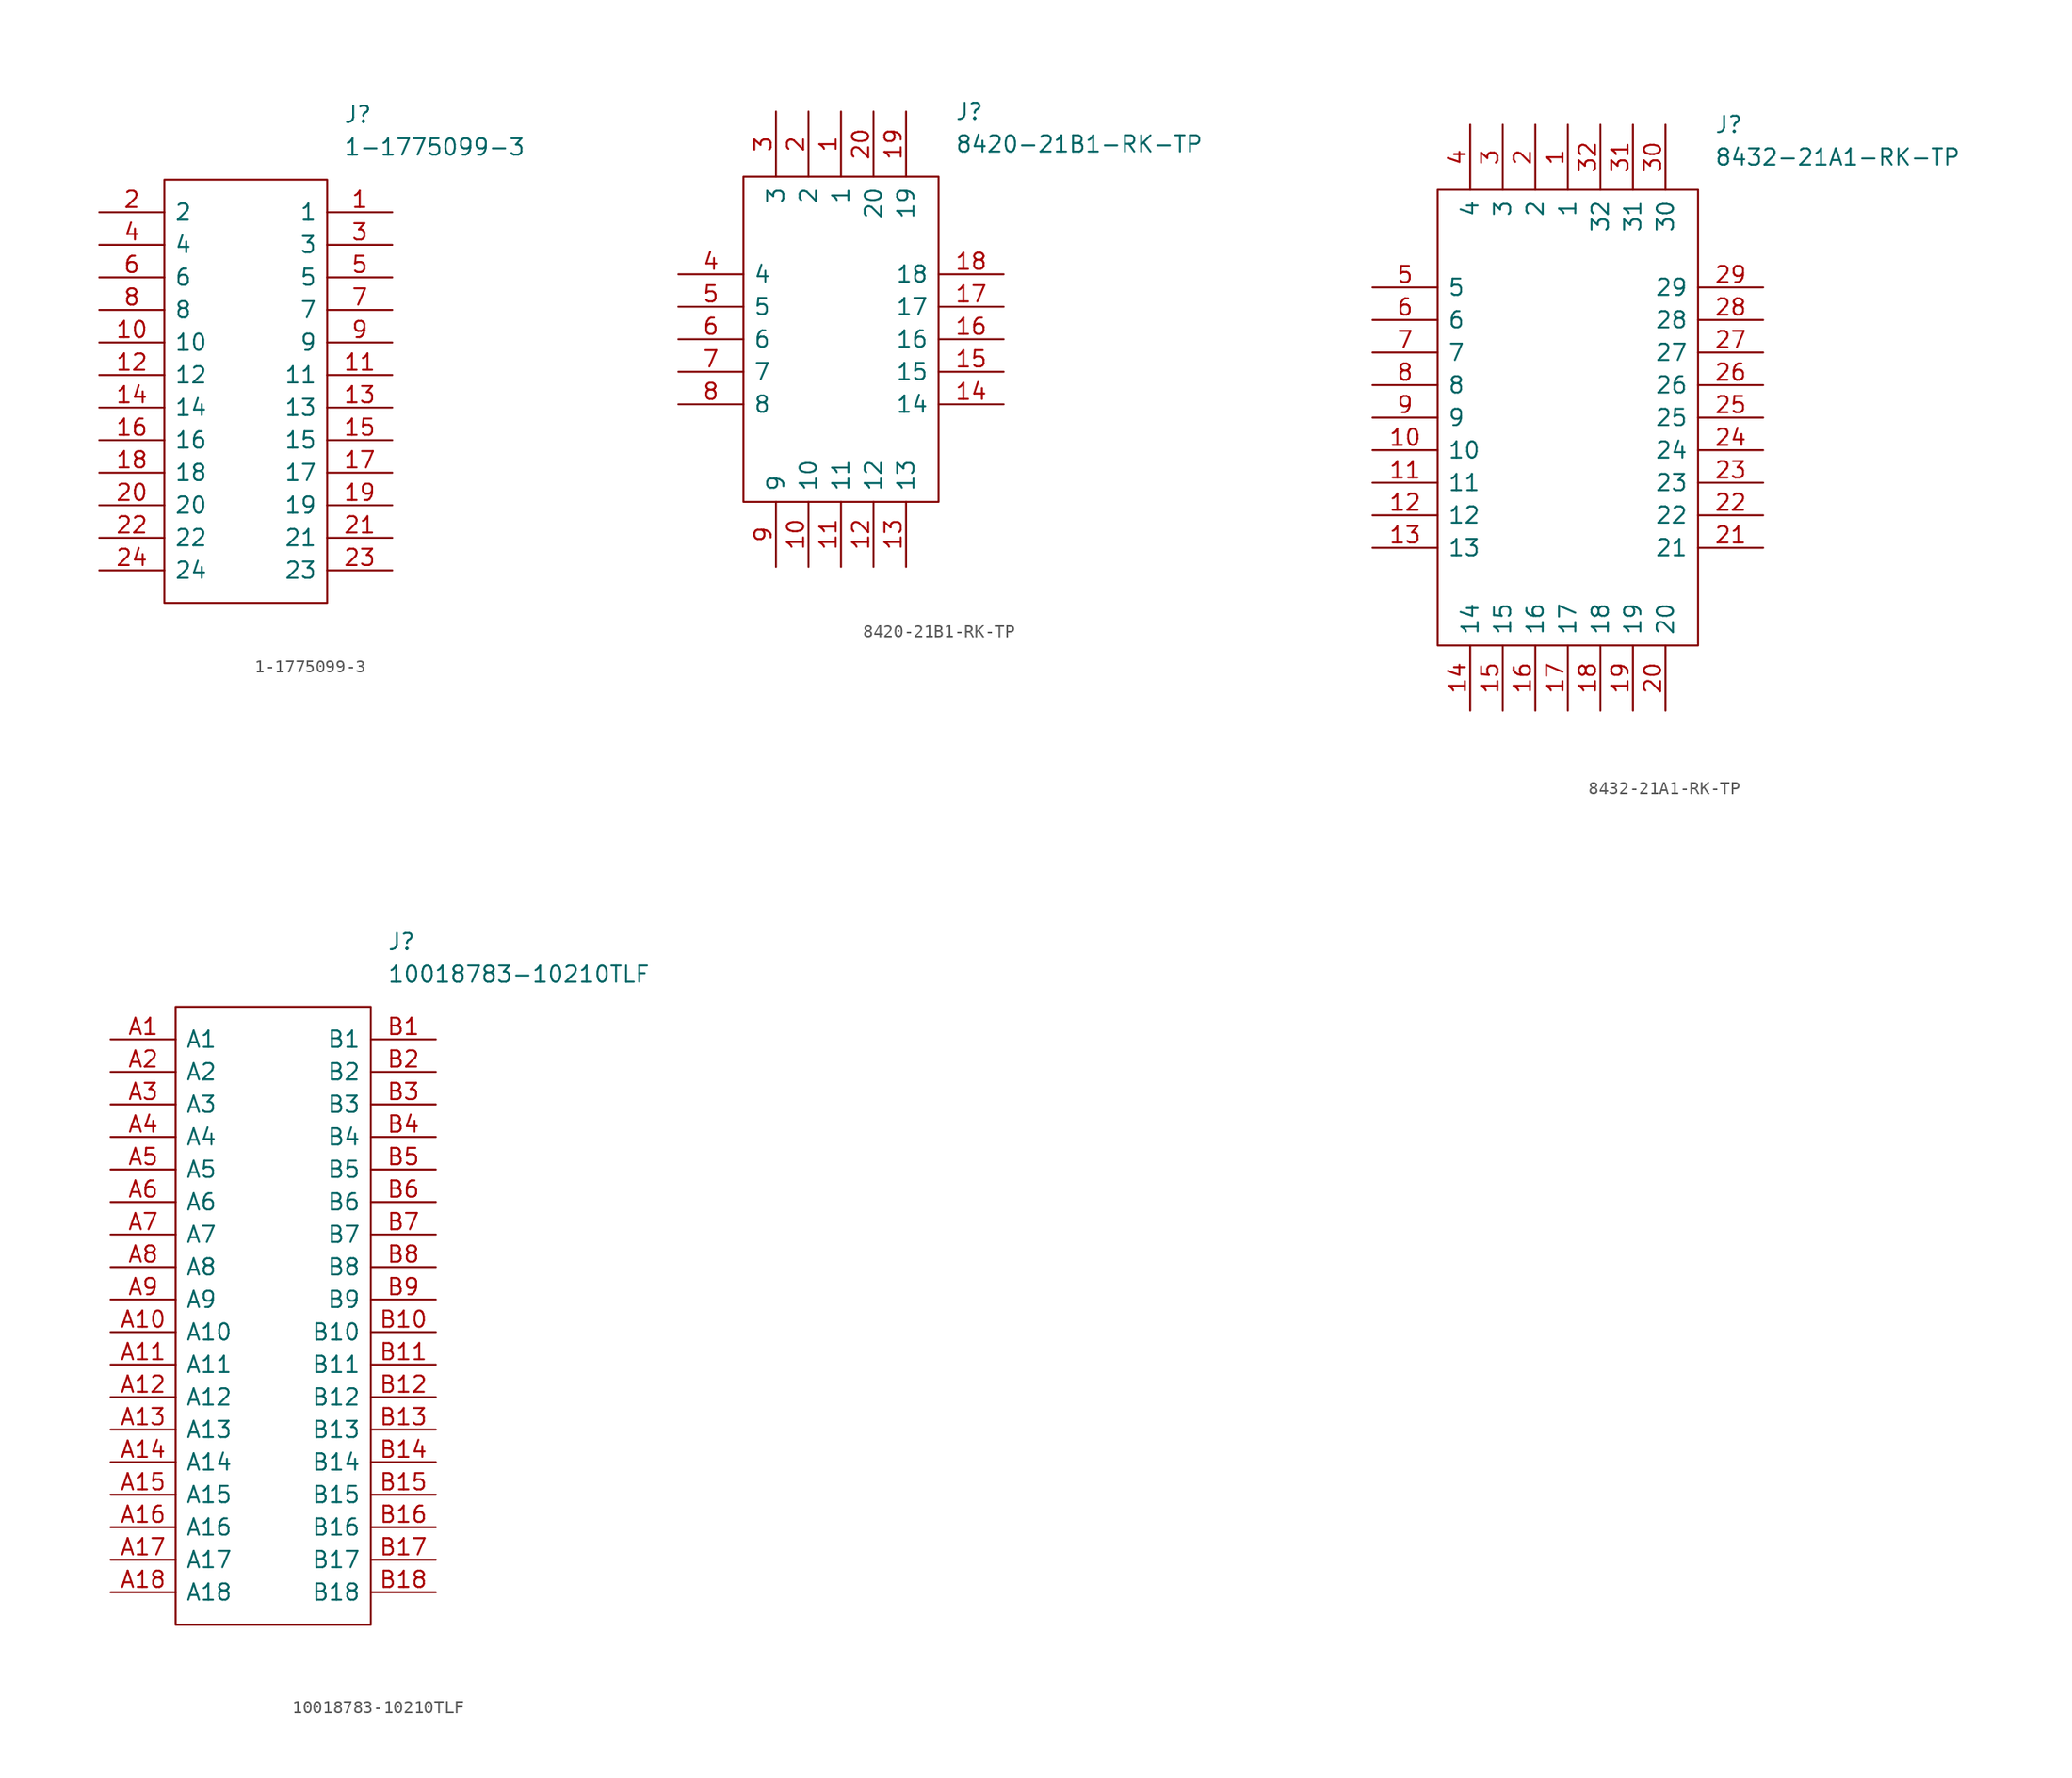
<source format=kicad_sym>
(kicad_symbol_lib
  (version 20211014)
  (generator kicad_symbol_editor)
  (symbol "1-1775099-3"
    (pin_names
      (offset 0.762))
    (property "Reference" "J"
      (at 19.05 7.62 0)
      (effects (font (size 1.27 1.27)) (justify left)))
    (property "Value" "1-1775099-3"
      (at 19.05 5.08 0)
      (effects (font (size 1.27 1.27)) (justify left)))
    (symbol "1-1775099-3_0_0"
      (pin passive line (at 22.86 0 180) (length 5.08) (name "1" (effects (font (size 1.27 1.27)))) (number "1" (effects (font (size 1.27 1.27)))))
      (pin passive line (at 0 -10.16 0) (length 5.08) (name "10" (effects (font (size 1.27 1.27)))) (number "10" (effects (font (size 1.27 1.27)))))
      (pin passive line (at 22.86 -12.7 180) (length 5.08) (name "11" (effects (font (size 1.27 1.27)))) (number "11" (effects (font (size 1.27 1.27)))))
      (pin passive line (at 0 -12.7 0) (length 5.08) (name "12" (effects (font (size 1.27 1.27)))) (number "12" (effects (font (size 1.27 1.27)))))
      (pin passive line (at 22.86 -15.24 180) (length 5.08) (name "13" (effects (font (size 1.27 1.27)))) (number "13" (effects (font (size 1.27 1.27)))))
      (pin passive line (at 0 -15.24 0) (length 5.08) (name "14" (effects (font (size 1.27 1.27)))) (number "14" (effects (font (size 1.27 1.27)))))
      (pin passive line (at 22.86 -17.78 180) (length 5.08) (name "15" (effects (font (size 1.27 1.27)))) (number "15" (effects (font (size 1.27 1.27)))))
      (pin passive line (at 0 -17.78 0) (length 5.08) (name "16" (effects (font (size 1.27 1.27)))) (number "16" (effects (font (size 1.27 1.27)))))
      (pin passive line (at 22.86 -20.32 180) (length 5.08) (name "17" (effects (font (size 1.27 1.27)))) (number "17" (effects (font (size 1.27 1.27)))))
      (pin passive line (at 0 -20.32 0) (length 5.08) (name "18" (effects (font (size 1.27 1.27)))) (number "18" (effects (font (size 1.27 1.27)))))
      (pin passive line (at 22.86 -22.86 180) (length 5.08) (name "19" (effects (font (size 1.27 1.27)))) (number "19" (effects (font (size 1.27 1.27)))))
      (pin passive line (at 0 0 0) (length 5.08) (name "2" (effects (font (size 1.27 1.27)))) (number "2" (effects (font (size 1.27 1.27)))))
      (pin passive line (at 0 -22.86 0) (length 5.08) (name "20" (effects (font (size 1.27 1.27)))) (number "20" (effects (font (size 1.27 1.27)))))
      (pin passive line (at 22.86 -25.4 180) (length 5.08) (name "21" (effects (font (size 1.27 1.27)))) (number "21" (effects (font (size 1.27 1.27)))))
      (pin passive line (at 0 -25.4 0) (length 5.08) (name "22" (effects (font (size 1.27 1.27)))) (number "22" (effects (font (size 1.27 1.27)))))
      (pin passive line (at 22.86 -27.94 180) (length 5.08) (name "23" (effects (font (size 1.27 1.27)))) (number "23" (effects (font (size 1.27 1.27)))))
      (pin passive line (at 0 -27.94 0) (length 5.08) (name "24" (effects (font (size 1.27 1.27)))) (number "24" (effects (font (size 1.27 1.27)))))
      (pin passive line (at 22.86 -2.54 180) (length 5.08) (name "3" (effects (font (size 1.27 1.27)))) (number "3" (effects (font (size 1.27 1.27)))))
      (pin passive line (at 0 -2.54 0) (length 5.08) (name "4" (effects (font (size 1.27 1.27)))) (number "4" (effects (font (size 1.27 1.27)))))
      (pin passive line (at 22.86 -5.08 180) (length 5.08) (name "5" (effects (font (size 1.27 1.27)))) (number "5" (effects (font (size 1.27 1.27)))))
      (pin passive line (at 0 -5.08 0) (length 5.08) (name "6" (effects (font (size 1.27 1.27)))) (number "6" (effects (font (size 1.27 1.27)))))
      (pin passive line (at 22.86 -7.62 180) (length 5.08) (name "7" (effects (font (size 1.27 1.27)))) (number "7" (effects (font (size 1.27 1.27)))))
      (pin passive line (at 0 -7.62 0) (length 5.08) (name "8" (effects (font (size 1.27 1.27)))) (number "8" (effects (font (size 1.27 1.27)))))
      (pin passive line (at 22.86 -10.16 180) (length 5.08) (name "9" (effects (font (size 1.27 1.27)))) (number "9" (effects (font (size 1.27 1.27))))))
    (symbol "1-1775099-3_0_1"
      (polyline (pts (xy 5.08 2.54) (xy 17.78 2.54) (xy 17.78 -30.48) (xy 5.08 -30.48) (xy 5.08 2.54)) (stroke (width 0.152) (type default) (color 0 0 0 0)) (fill (type none)))))
  (symbol "8420-21B1-RK-TP"
    (pin_names
      (offset 0.762))
    (property "Reference" "J"
      (at 21.59 12.7 0)
      (effects (font (size 1.27 1.27)) (justify left)))
    (property "Value" "8420-21B1-RK-TP"
      (at 21.59 10.16 0)
      (effects (font (size 1.27 1.27)) (justify left)))
    (symbol "8420-21B1-RK-TP_0_0"
      (pin passive line (at 12.7 12.7 270) (length 5.08) (name "1" (effects (font (size 1.27 1.27)))) (number "1" (effects (font (size 1.27 1.27)))))
      (pin passive line (at 10.16 -22.86 90) (length 5.08) (name "10" (effects (font (size 1.27 1.27)))) (number "10" (effects (font (size 1.27 1.27)))))
      (pin passive line (at 12.7 -22.86 90) (length 5.08) (name "11" (effects (font (size 1.27 1.27)))) (number "11" (effects (font (size 1.27 1.27)))))
      (pin passive line (at 15.24 -22.86 90) (length 5.08) (name "12" (effects (font (size 1.27 1.27)))) (number "12" (effects (font (size 1.27 1.27)))))
      (pin passive line (at 17.78 -22.86 90) (length 5.08) (name "13" (effects (font (size 1.27 1.27)))) (number "13" (effects (font (size 1.27 1.27)))))
      (pin passive line (at 25.4 -10.16 180) (length 5.08) (name "14" (effects (font (size 1.27 1.27)))) (number "14" (effects (font (size 1.27 1.27)))))
      (pin passive line (at 25.4 -7.62 180) (length 5.08) (name "15" (effects (font (size 1.27 1.27)))) (number "15" (effects (font (size 1.27 1.27)))))
      (pin passive line (at 25.4 -5.08 180) (length 5.08) (name "16" (effects (font (size 1.27 1.27)))) (number "16" (effects (font (size 1.27 1.27)))))
      (pin passive line (at 25.4 -2.54 180) (length 5.08) (name "17" (effects (font (size 1.27 1.27)))) (number "17" (effects (font (size 1.27 1.27)))))
      (pin passive line (at 25.4 0 180) (length 5.08) (name "18" (effects (font (size 1.27 1.27)))) (number "18" (effects (font (size 1.27 1.27)))))
      (pin passive line (at 17.78 12.7 270) (length 5.08) (name "19" (effects (font (size 1.27 1.27)))) (number "19" (effects (font (size 1.27 1.27)))))
      (pin passive line (at 10.16 12.7 270) (length 5.08) (name "2" (effects (font (size 1.27 1.27)))) (number "2" (effects (font (size 1.27 1.27)))))
      (pin passive line (at 15.24 12.7 270) (length 5.08) (name "20" (effects (font (size 1.27 1.27)))) (number "20" (effects (font (size 1.27 1.27)))))
      (pin passive line (at 7.62 12.7 270) (length 5.08) (name "3" (effects (font (size 1.27 1.27)))) (number "3" (effects (font (size 1.27 1.27)))))
      (pin passive line (at 0 0 0) (length 5.08) (name "4" (effects (font (size 1.27 1.27)))) (number "4" (effects (font (size 1.27 1.27)))))
      (pin passive line (at 0 -2.54 0) (length 5.08) (name "5" (effects (font (size 1.27 1.27)))) (number "5" (effects (font (size 1.27 1.27)))))
      (pin passive line (at 0 -5.08 0) (length 5.08) (name "6" (effects (font (size 1.27 1.27)))) (number "6" (effects (font (size 1.27 1.27)))))
      (pin passive line (at 0 -7.62 0) (length 5.08) (name "7" (effects (font (size 1.27 1.27)))) (number "7" (effects (font (size 1.27 1.27)))))
      (pin passive line (at 0 -10.16 0) (length 5.08) (name "8" (effects (font (size 1.27 1.27)))) (number "8" (effects (font (size 1.27 1.27)))))
      (pin passive line (at 7.62 -22.86 90) (length 5.08) (name "9" (effects (font (size 1.27 1.27)))) (number "9" (effects (font (size 1.27 1.27))))))
    (symbol "8420-21B1-RK-TP_0_1"
      (polyline (pts (xy 5.08 7.62) (xy 20.32 7.62) (xy 20.32 -17.78) (xy 5.08 -17.78) (xy 5.08 7.62)) (stroke (width 0.152) (type default) (color 0 0 0 0)) (fill (type none)))))
  (symbol "8432-21A1-RK-TP"
    (pin_names
      (offset 0.762))
    (property "Reference" "J"
      (at 26.67 12.7 0)
      (effects (font (size 1.27 1.27)) (justify left)))
    (property "Value" "8432-21A1-RK-TP"
      (at 26.67 10.16 0)
      (effects (font (size 1.27 1.27)) (justify left)))
    (symbol "8432-21A1-RK-TP_0_0"
      (pin passive line (at 15.24 12.7 270) (length 5.08) (name "1" (effects (font (size 1.27 1.27)))) (number "1" (effects (font (size 1.27 1.27)))))
      (pin passive line (at 0 -12.7 0) (length 5.08) (name "10" (effects (font (size 1.27 1.27)))) (number "10" (effects (font (size 1.27 1.27)))))
      (pin passive line (at 0 -15.24 0) (length 5.08) (name "11" (effects (font (size 1.27 1.27)))) (number "11" (effects (font (size 1.27 1.27)))))
      (pin passive line (at 0 -17.78 0) (length 5.08) (name "12" (effects (font (size 1.27 1.27)))) (number "12" (effects (font (size 1.27 1.27)))))
      (pin passive line (at 0 -20.32 0) (length 5.08) (name "13" (effects (font (size 1.27 1.27)))) (number "13" (effects (font (size 1.27 1.27)))))
      (pin passive line (at 7.62 -33.02 90) (length 5.08) (name "14" (effects (font (size 1.27 1.27)))) (number "14" (effects (font (size 1.27 1.27)))))
      (pin passive line (at 10.16 -33.02 90) (length 5.08) (name "15" (effects (font (size 1.27 1.27)))) (number "15" (effects (font (size 1.27 1.27)))))
      (pin passive line (at 12.7 -33.02 90) (length 5.08) (name "16" (effects (font (size 1.27 1.27)))) (number "16" (effects (font (size 1.27 1.27)))))
      (pin passive line (at 15.24 -33.02 90) (length 5.08) (name "17" (effects (font (size 1.27 1.27)))) (number "17" (effects (font (size 1.27 1.27)))))
      (pin passive line (at 17.78 -33.02 90) (length 5.08) (name "18" (effects (font (size 1.27 1.27)))) (number "18" (effects (font (size 1.27 1.27)))))
      (pin passive line (at 20.32 -33.02 90) (length 5.08) (name "19" (effects (font (size 1.27 1.27)))) (number "19" (effects (font (size 1.27 1.27)))))
      (pin passive line (at 12.7 12.7 270) (length 5.08) (name "2" (effects (font (size 1.27 1.27)))) (number "2" (effects (font (size 1.27 1.27)))))
      (pin passive line (at 22.86 -33.02 90) (length 5.08) (name "20" (effects (font (size 1.27 1.27)))) (number "20" (effects (font (size 1.27 1.27)))))
      (pin passive line (at 30.48 -20.32 180) (length 5.08) (name "21" (effects (font (size 1.27 1.27)))) (number "21" (effects (font (size 1.27 1.27)))))
      (pin passive line (at 30.48 -17.78 180) (length 5.08) (name "22" (effects (font (size 1.27 1.27)))) (number "22" (effects (font (size 1.27 1.27)))))
      (pin passive line (at 30.48 -15.24 180) (length 5.08) (name "23" (effects (font (size 1.27 1.27)))) (number "23" (effects (font (size 1.27 1.27)))))
      (pin passive line (at 30.48 -12.7 180) (length 5.08) (name "24" (effects (font (size 1.27 1.27)))) (number "24" (effects (font (size 1.27 1.27)))))
      (pin passive line (at 30.48 -10.16 180) (length 5.08) (name "25" (effects (font (size 1.27 1.27)))) (number "25" (effects (font (size 1.27 1.27)))))
      (pin passive line (at 30.48 -7.62 180) (length 5.08) (name "26" (effects (font (size 1.27 1.27)))) (number "26" (effects (font (size 1.27 1.27)))))
      (pin passive line (at 30.48 -5.08 180) (length 5.08) (name "27" (effects (font (size 1.27 1.27)))) (number "27" (effects (font (size 1.27 1.27)))))
      (pin passive line (at 30.48 -2.54 180) (length 5.08) (name "28" (effects (font (size 1.27 1.27)))) (number "28" (effects (font (size 1.27 1.27)))))
      (pin passive line (at 30.48 0 180) (length 5.08) (name "29" (effects (font (size 1.27 1.27)))) (number "29" (effects (font (size 1.27 1.27)))))
      (pin passive line (at 10.16 12.7 270) (length 5.08) (name "3" (effects (font (size 1.27 1.27)))) (number "3" (effects (font (size 1.27 1.27)))))
      (pin passive line (at 22.86 12.7 270) (length 5.08) (name "30" (effects (font (size 1.27 1.27)))) (number "30" (effects (font (size 1.27 1.27)))))
      (pin passive line (at 20.32 12.7 270) (length 5.08) (name "31" (effects (font (size 1.27 1.27)))) (number "31" (effects (font (size 1.27 1.27)))))
      (pin passive line (at 17.78 12.7 270) (length 5.08) (name "32" (effects (font (size 1.27 1.27)))) (number "32" (effects (font (size 1.27 1.27)))))
      (pin passive line (at 7.62 12.7 270) (length 5.08) (name "4" (effects (font (size 1.27 1.27)))) (number "4" (effects (font (size 1.27 1.27)))))
      (pin passive line (at 0 0 0) (length 5.08) (name "5" (effects (font (size 1.27 1.27)))) (number "5" (effects (font (size 1.27 1.27)))))
      (pin passive line (at 0 -2.54 0) (length 5.08) (name "6" (effects (font (size 1.27 1.27)))) (number "6" (effects (font (size 1.27 1.27)))))
      (pin passive line (at 0 -5.08 0) (length 5.08) (name "7" (effects (font (size 1.27 1.27)))) (number "7" (effects (font (size 1.27 1.27)))))
      (pin passive line (at 0 -7.62 0) (length 5.08) (name "8" (effects (font (size 1.27 1.27)))) (number "8" (effects (font (size 1.27 1.27)))))
      (pin passive line (at 0 -10.16 0) (length 5.08) (name "9" (effects (font (size 1.27 1.27)))) (number "9" (effects (font (size 1.27 1.27))))))
    (symbol "8432-21A1-RK-TP_0_1"
      (polyline (pts (xy 5.08 7.62) (xy 25.4 7.62) (xy 25.4 -27.94) (xy 5.08 -27.94) (xy 5.08 7.62)) (stroke (width 0.152) (type default) (color 0 0 0 0)) (fill (type none)))))
  (symbol "10018783-10210TLF"
    (pin_names
      (offset 0.762))
    (property "Reference" "J"
      (at 21.59 7.62 0)
      (effects (font (size 1.27 1.27)) (justify left)))
    (property "Value" "10018783-10210TLF"
      (at 21.59 5.08 0)
      (effects (font (size 1.27 1.27)) (justify left)))
    (symbol "10018783-10210TLF_0_0"
      (pin passive line (at 0 0 0) (length 5.08) (name "A1" (effects (font (size 1.27 1.27)))) (number "A1" (effects (font (size 1.27 1.27)))))
      (pin passive line (at 0 -22.86 0) (length 5.08) (name "A10" (effects (font (size 1.27 1.27)))) (number "A10" (effects (font (size 1.27 1.27)))))
      (pin passive line (at 0 -25.4 0) (length 5.08) (name "A11" (effects (font (size 1.27 1.27)))) (number "A11" (effects (font (size 1.27 1.27)))))
      (pin passive line (at 0 -27.94 0) (length 5.08) (name "A12" (effects (font (size 1.27 1.27)))) (number "A12" (effects (font (size 1.27 1.27)))))
      (pin passive line (at 0 -30.48 0) (length 5.08) (name "A13" (effects (font (size 1.27 1.27)))) (number "A13" (effects (font (size 1.27 1.27)))))
      (pin passive line (at 0 -33.02 0) (length 5.08) (name "A14" (effects (font (size 1.27 1.27)))) (number "A14" (effects (font (size 1.27 1.27)))))
      (pin passive line (at 0 -35.56 0) (length 5.08) (name "A15" (effects (font (size 1.27 1.27)))) (number "A15" (effects (font (size 1.27 1.27)))))
      (pin passive line (at 0 -38.1 0) (length 5.08) (name "A16" (effects (font (size 1.27 1.27)))) (number "A16" (effects (font (size 1.27 1.27)))))
      (pin passive line (at 0 -40.64 0) (length 5.08) (name "A17" (effects (font (size 1.27 1.27)))) (number "A17" (effects (font (size 1.27 1.27)))))
      (pin passive line (at 0 -43.18 0) (length 5.08) (name "A18" (effects (font (size 1.27 1.27)))) (number "A18" (effects (font (size 1.27 1.27)))))
      (pin passive line (at 0 -2.54 0) (length 5.08) (name "A2" (effects (font (size 1.27 1.27)))) (number "A2" (effects (font (size 1.27 1.27)))))
      (pin passive line (at 0 -5.08 0) (length 5.08) (name "A3" (effects (font (size 1.27 1.27)))) (number "A3" (effects (font (size 1.27 1.27)))))
      (pin passive line (at 0 -7.62 0) (length 5.08) (name "A4" (effects (font (size 1.27 1.27)))) (number "A4" (effects (font (size 1.27 1.27)))))
      (pin passive line (at 0 -10.16 0) (length 5.08) (name "A5" (effects (font (size 1.27 1.27)))) (number "A5" (effects (font (size 1.27 1.27)))))
      (pin passive line (at 0 -12.7 0) (length 5.08) (name "A6" (effects (font (size 1.27 1.27)))) (number "A6" (effects (font (size 1.27 1.27)))))
      (pin passive line (at 0 -15.24 0) (length 5.08) (name "A7" (effects (font (size 1.27 1.27)))) (number "A7" (effects (font (size 1.27 1.27)))))
      (pin passive line (at 0 -17.78 0) (length 5.08) (name "A8" (effects (font (size 1.27 1.27)))) (number "A8" (effects (font (size 1.27 1.27)))))
      (pin passive line (at 0 -20.32 0) (length 5.08) (name "A9" (effects (font (size 1.27 1.27)))) (number "A9" (effects (font (size 1.27 1.27)))))
      (pin passive line (at 25.4 0 180) (length 5.08) (name "B1" (effects (font (size 1.27 1.27)))) (number "B1" (effects (font (size 1.27 1.27)))))
      (pin passive line (at 25.4 -22.86 180) (length 5.08) (name "B10" (effects (font (size 1.27 1.27)))) (number "B10" (effects (font (size 1.27 1.27)))))
      (pin passive line (at 25.4 -25.4 180) (length 5.08) (name "B11" (effects (font (size 1.27 1.27)))) (number "B11" (effects (font (size 1.27 1.27)))))
      (pin passive line (at 25.4 -27.94 180) (length 5.08) (name "B12" (effects (font (size 1.27 1.27)))) (number "B12" (effects (font (size 1.27 1.27)))))
      (pin passive line (at 25.4 -30.48 180) (length 5.08) (name "B13" (effects (font (size 1.27 1.27)))) (number "B13" (effects (font (size 1.27 1.27)))))
      (pin passive line (at 25.4 -33.02 180) (length 5.08) (name "B14" (effects (font (size 1.27 1.27)))) (number "B14" (effects (font (size 1.27 1.27)))))
      (pin passive line (at 25.4 -35.56 180) (length 5.08) (name "B15" (effects (font (size 1.27 1.27)))) (number "B15" (effects (font (size 1.27 1.27)))))
      (pin passive line (at 25.4 -38.1 180) (length 5.08) (name "B16" (effects (font (size 1.27 1.27)))) (number "B16" (effects (font (size 1.27 1.27)))))
      (pin passive line (at 25.4 -40.64 180) (length 5.08) (name "B17" (effects (font (size 1.27 1.27)))) (number "B17" (effects (font (size 1.27 1.27)))))
      (pin passive line (at 25.4 -43.18 180) (length 5.08) (name "B18" (effects (font (size 1.27 1.27)))) (number "B18" (effects (font (size 1.27 1.27)))))
      (pin passive line (at 25.4 -2.54 180) (length 5.08) (name "B2" (effects (font (size 1.27 1.27)))) (number "B2" (effects (font (size 1.27 1.27)))))
      (pin passive line (at 25.4 -5.08 180) (length 5.08) (name "B3" (effects (font (size 1.27 1.27)))) (number "B3" (effects (font (size 1.27 1.27)))))
      (pin passive line (at 25.4 -7.62 180) (length 5.08) (name "B4" (effects (font (size 1.27 1.27)))) (number "B4" (effects (font (size 1.27 1.27)))))
      (pin passive line (at 25.4 -10.16 180) (length 5.08) (name "B5" (effects (font (size 1.27 1.27)))) (number "B5" (effects (font (size 1.27 1.27)))))
      (pin passive line (at 25.4 -12.7 180) (length 5.08) (name "B6" (effects (font (size 1.27 1.27)))) (number "B6" (effects (font (size 1.27 1.27)))))
      (pin passive line (at 25.4 -15.24 180) (length 5.08) (name "B7" (effects (font (size 1.27 1.27)))) (number "B7" (effects (font (size 1.27 1.27)))))
      (pin passive line (at 25.4 -17.78 180) (length 5.08) (name "B8" (effects (font (size 1.27 1.27)))) (number "B8" (effects (font (size 1.27 1.27)))))
      (pin passive line (at 25.4 -20.32 180) (length 5.08) (name "B9" (effects (font (size 1.27 1.27)))) (number "B9" (effects (font (size 1.27 1.27))))))
    (symbol "10018783-10210TLF_0_1"
      (polyline (pts (xy 5.08 2.54) (xy 20.32 2.54) (xy 20.32 -45.72) (xy 5.08 -45.72) (xy 5.08 2.54)) (stroke (width 0.152) (type default) (color 0 0 0 0)) (fill (type none))))))
</source>
